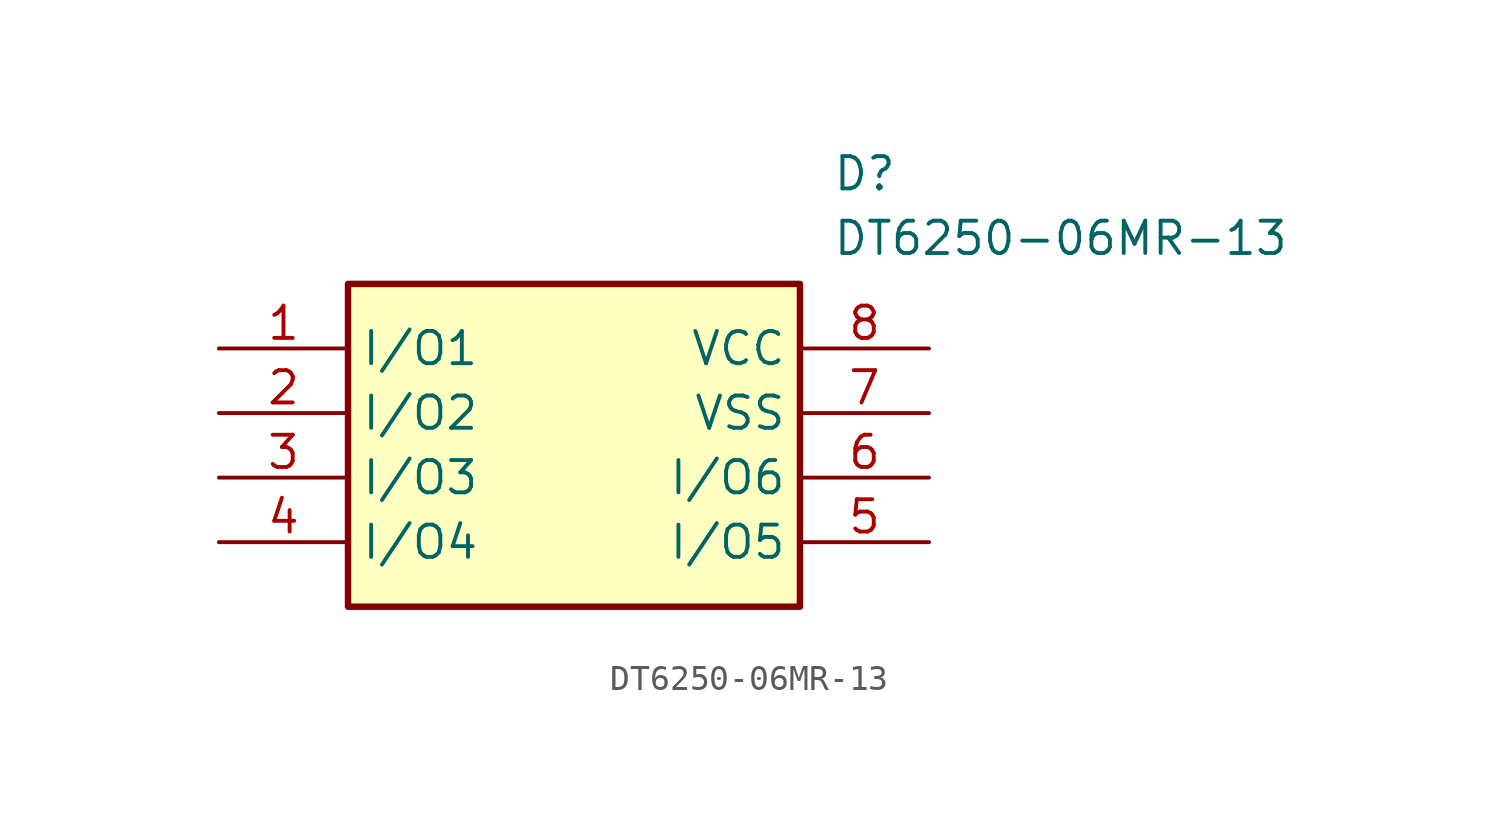
<source format=kicad_sym>
(kicad_symbol_lib
  (version 20211014)
  (generator SamacSys_ECAD_Model)
  (symbol "DT6250-06MR-13"
    (property "Reference" "D"
      (at 24.13 7.62 0)
      (effects (font (size 1.27 1.27)) (justify left top)))
    (property "Value" "DT6250-06MR-13"
      (at 24.13 5.08 0)
      (effects (font (size 1.27 1.27)) (justify left top)))
    (rectangle
      (start 5.08 2.54)
      (end 22.86 -10.16)
      (stroke (width 0.254) (type default))
      (fill (type background)))
    (pin passive line
      (at 0 0 0)
      (length 5.08)
      (name "I/O1" (effects (font (size 1.27 1.27))))
      (number "1" (effects (font (size 1.27 1.27)))))
    (pin passive line
      (at 0 -2.54 0)
      (length 5.08)
      (name "I/O2" (effects (font (size 1.27 1.27))))
      (number "2" (effects (font (size 1.27 1.27)))))
    (pin passive line
      (at 0 -5.08 0)
      (length 5.08)
      (name "I/O3" (effects (font (size 1.27 1.27))))
      (number "3" (effects (font (size 1.27 1.27)))))
    (pin passive line
      (at 0 -7.62 0)
      (length 5.08)
      (name "I/O4" (effects (font (size 1.27 1.27))))
      (number "4" (effects (font (size 1.27 1.27)))))
    (pin passive line
      (at 27.94 0 180)
      (length 5.08)
      (name "VCC" (effects (font (size 1.27 1.27))))
      (number "8" (effects (font (size 1.27 1.27)))))
    (pin passive line
      (at 27.94 -2.54 180)
      (length 5.08)
      (name "VSS" (effects (font (size 1.27 1.27))))
      (number "7" (effects (font (size 1.27 1.27)))))
    (pin passive line
      (at 27.94 -5.08 180)
      (length 5.08)
      (name "I/O6" (effects (font (size 1.27 1.27))))
      (number "6" (effects (font (size 1.27 1.27)))))
    (pin passive line
      (at 27.94 -7.62 180)
      (length 5.08)
      (name "I/O5" (effects (font (size 1.27 1.27))))
      (number "5" (effects (font (size 1.27 1.27)))))))
</source>
